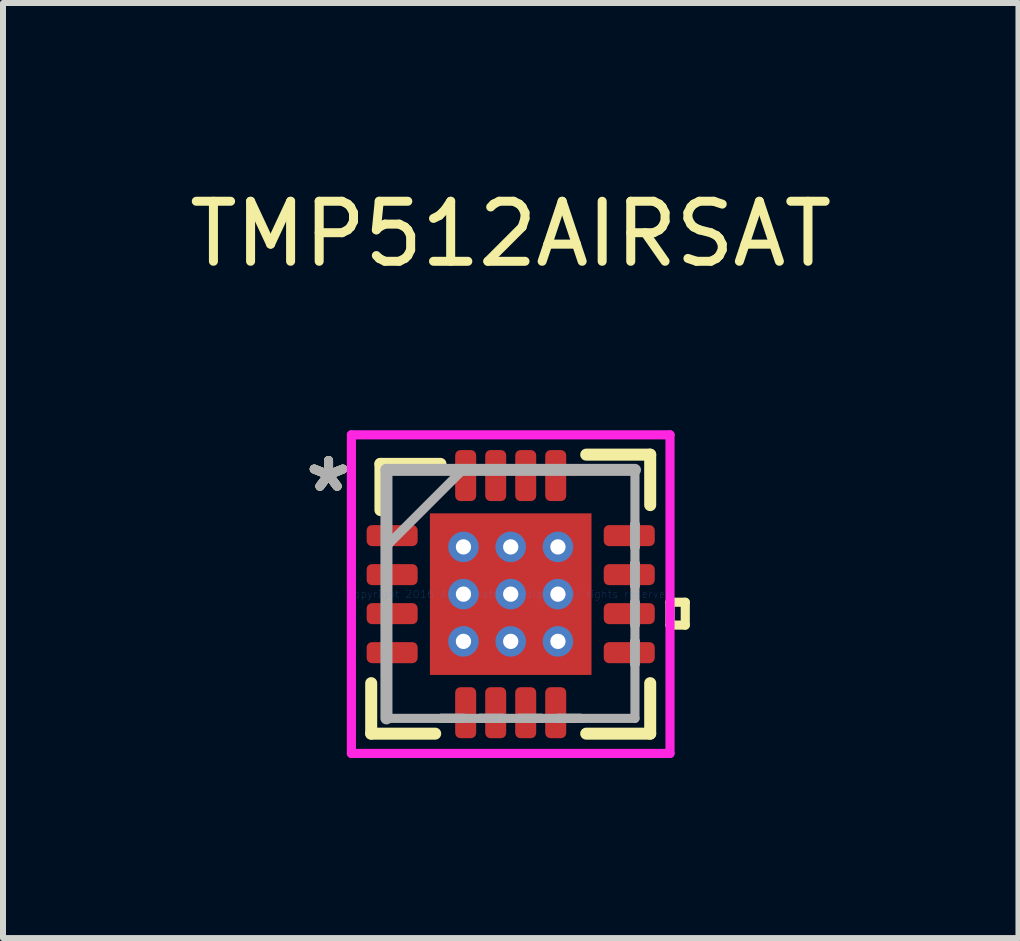
<source format=kicad_pcb>
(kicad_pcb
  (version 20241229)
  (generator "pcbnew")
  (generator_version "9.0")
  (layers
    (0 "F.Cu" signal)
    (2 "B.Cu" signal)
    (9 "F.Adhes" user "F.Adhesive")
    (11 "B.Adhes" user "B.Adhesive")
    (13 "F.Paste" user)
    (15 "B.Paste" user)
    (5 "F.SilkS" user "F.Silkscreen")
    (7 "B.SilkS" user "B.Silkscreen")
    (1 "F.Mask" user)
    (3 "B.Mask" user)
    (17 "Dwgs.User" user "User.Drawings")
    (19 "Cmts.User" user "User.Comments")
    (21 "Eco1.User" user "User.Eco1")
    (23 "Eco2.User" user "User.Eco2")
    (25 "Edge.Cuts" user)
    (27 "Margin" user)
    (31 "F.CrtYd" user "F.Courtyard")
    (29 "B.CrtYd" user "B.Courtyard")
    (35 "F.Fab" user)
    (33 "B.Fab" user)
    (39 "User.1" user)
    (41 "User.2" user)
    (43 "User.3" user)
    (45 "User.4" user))
  (footprint "TMP512AIRSAT"
    (layer "F.Cu")
    (at 5.458 6.848)
    (property "Reference" "TMP512AIRSAT" (at 0 -6 0) (layer "F.SilkS") (effects (font (size 1 1) (thickness 0.15))))
    (attr through_hole)
    (fp_line (start -2.47 -1.22) (end -2.47 -0.73) (stroke (width 0.152) (type solid)) (layer "F.Mask"))
    (fp_line (start -2.47 -0.73) (end -1.48 -0.73) (stroke (width 0.152) (type solid)) (layer "F.Mask"))
    (fp_line (start -2.47 -0.57) (end -2.47 -0.08) (stroke (width 0.152) (type solid)) (layer "F.Mask"))
    (fp_line (start -2.47 -0.08) (end -1.48 -0.08) (stroke (width 0.152) (type solid)) (layer "F.Mask"))
    (fp_line (start -2.47 0.08) (end -2.47 0.57) (stroke (width 0.152) (type solid)) (layer "F.Mask"))
    (fp_line (start -2.47 0.57) (end -1.48 0.57) (stroke (width 0.152) (type solid)) (layer "F.Mask"))
    (fp_line (start -2.47 0.73) (end -2.47 1.22) (stroke (width 0.152) (type solid)) (layer "F.Mask"))
    (fp_line (start -2.47 1.22) (end -1.48 1.22) (stroke (width 0.152) (type solid)) (layer "F.Mask"))
    (fp_line (start -1.48 -1.22) (end -2.47 -1.22) (stroke (width 0.152) (type solid)) (layer "F.Mask"))
    (fp_line (start -1.48 -0.73) (end -1.48 -1.22) (stroke (width 0.152) (type solid)) (layer "F.Mask"))
    (fp_line (start -1.48 -0.57) (end -2.47 -0.57) (stroke (width 0.152) (type solid)) (layer "F.Mask"))
    (fp_line (start -1.48 -0.08) (end -1.48 -0.57) (stroke (width 0.152) (type solid)) (layer "F.Mask"))
    (fp_line (start -1.48 0.08) (end -2.47 0.08) (stroke (width 0.152) (type solid)) (layer "F.Mask"))
    (fp_line (start -1.48 0.57) (end -1.48 0.08) (stroke (width 0.152) (type solid)) (layer "F.Mask"))
    (fp_line (start -1.48 0.73) (end -2.47 0.73) (stroke (width 0.152) (type solid)) (layer "F.Mask"))
    (fp_line (start -1.48 1.22) (end -1.48 0.73) (stroke (width 0.152) (type solid)) (layer "F.Mask"))
    (fp_line (start -1.41 -1.41) (end -0.987 -1.41) (stroke (width 0.152) (type solid)) (layer "F.Mask"))
    (fp_line (start -1.41 -1.41) (end 1.41 -1.41) (stroke (width 0.152) (type solid)) (layer "F.Mask"))
    (fp_line (start -1.41 -0.987) (end -1.41 -1.41) (stroke (width 0.152) (type solid)) (layer "F.Mask"))
    (fp_line (start -1.41 -0.587) (end 1.41 -0.587) (stroke (width 0.152) (type solid)) (layer "F.Mask"))
    (fp_line (start -1.41 -0.2) (end -1.41 -0.587) (stroke (width 0.152) (type solid)) (layer "F.Mask"))
    (fp_line (start -1.41 0.2) (end 1.41 0.2) (stroke (width 0.152) (type solid)) (layer "F.Mask"))
    (fp_line (start -1.41 0.587) (end -1.41 0.2) (stroke (width 0.152) (type solid)) (layer "F.Mask"))
    (fp_line (start -1.41 0.987) (end 1.41 0.987) (stroke (width 0.152) (type solid)) (layer "F.Mask"))
    (fp_line (start -1.41 1.41) (end -1.41 -1.41) (stroke (width 0.152) (type solid)) (layer "F.Mask"))
    (fp_line (start -1.41 1.41) (end -1.41 0.987) (stroke (width 0.152) (type solid)) (layer "F.Mask"))
    (fp_line (start -0.995 -2.47) (end -0.995 -1.48) (stroke (width 0.152) (type solid)) (layer "F.Mask"))
    (fp_line (start -0.995 -1.48) (end -0.505 -1.48) (stroke (width 0.152) (type solid)) (layer "F.Mask"))
    (fp_line (start -0.995 1.48) (end -0.995 2.47) (stroke (width 0.152) (type solid)) (layer "F.Mask"))
    (fp_line (start -0.995 2.47) (end -0.505 2.47) (stroke (width 0.152) (type solid)) (layer "F.Mask"))
    (fp_line (start -0.987 -1.41) (end -0.987 1.41) (stroke (width 0.152) (type solid)) (layer "F.Mask"))
    (fp_line (start -0.987 1.41) (end -1.41 1.41) (stroke (width 0.152) (type solid)) (layer "F.Mask"))
    (fp_line (start -0.587 -1.41) (end -0.587 1.41) (stroke (width 0.152) (type solid)) (layer "F.Mask"))
    (fp_line (start -0.587 1.41) (end -0.2 1.41) (stroke (width 0.152) (type solid)) (layer "F.Mask"))
    (fp_line (start -0.505 -2.47) (end -0.995 -2.47) (stroke (width 0.152) (type solid)) (layer "F.Mask"))
    (fp_line (start -0.505 -1.48) (end -0.505 -2.47) (stroke (width 0.152) (type solid)) (layer "F.Mask"))
    (fp_line (start -0.505 1.48) (end -0.995 1.48) (stroke (width 0.152) (type solid)) (layer "F.Mask"))
    (fp_line (start -0.505 2.47) (end -0.505 1.48) (stroke (width 0.152) (type solid)) (layer "F.Mask"))
    (fp_line (start -0.495 -2.47) (end -0.495 -1.48) (stroke (width 0.152) (type solid)) (layer "F.Mask"))
    (fp_line (start -0.495 -1.48) (end -0.005 -1.48) (stroke (width 0.152) (type solid)) (layer "F.Mask"))
    (fp_line (start -0.495 1.48) (end -0.495 2.47) (stroke (width 0.152) (type solid)) (layer "F.Mask"))
    (fp_line (start -0.495 2.47) (end -0.005 2.47) (stroke (width 0.152) (type solid)) (layer "F.Mask"))
    (fp_line (start -0.2 -1.41) (end -0.587 -1.41) (stroke (width 0.152) (type solid)) (layer "F.Mask"))
    (fp_line (start -0.2 1.41) (end -0.2 -1.41) (stroke (width 0.152) (type solid)) (layer "F.Mask"))
    (fp_line (start -0.005 -2.47) (end -0.495 -2.47) (stroke (width 0.152) (type solid)) (layer "F.Mask"))
    (fp_line (start -0.005 -1.48) (end -0.005 -2.47) (stroke (width 0.152) (type solid)) (layer "F.Mask"))
    (fp_line (start -0.005 1.48) (end -0.495 1.48) (stroke (width 0.152) (type solid)) (layer "F.Mask"))
    (fp_line (start -0.005 2.47) (end -0.005 1.48) (stroke (width 0.152) (type solid)) (layer "F.Mask"))
    (fp_line (start 0.005 -2.47) (end 0.005 -1.48) (stroke (width 0.152) (type solid)) (layer "F.Mask"))
    (fp_line (start 0.005 -1.48) (end 0.495 -1.48) (stroke (width 0.152) (type solid)) (layer "F.Mask"))
    (fp_line (start 0.005 1.48) (end 0.005 2.47) (stroke (width 0.152) (type solid)) (layer "F.Mask"))
    (fp_line (start 0.005 2.47) (end 0.495 2.47) (stroke (width 0.152) (type solid)) (layer "F.Mask"))
    (fp_line (start 0.2 -1.41) (end 0.2 1.41) (stroke (width 0.152) (type solid)) (layer "F.Mask"))
    (fp_line (start 0.2 1.41) (end 0.587 1.41) (stroke (width 0.152) (type solid)) (layer "F.Mask"))
    (fp_line (start 0.495 -2.47) (end 0.005 -2.47) (stroke (width 0.152) (type solid)) (layer "F.Mask"))
    (fp_line (start 0.495 -1.48) (end 0.495 -2.47) (stroke (width 0.152) (type solid)) (layer "F.Mask"))
    (fp_line (start 0.495 1.48) (end 0.005 1.48) (stroke (width 0.152) (type solid)) (layer "F.Mask"))
    (fp_line (start 0.495 2.47) (end 0.495 1.48) (stroke (width 0.152) (type solid)) (layer "F.Mask"))
    (fp_line (start 0.505 -2.47) (end 0.505 -1.48) (stroke (width 0.152) (type solid)) (layer "F.Mask"))
    (fp_line (start 0.505 -1.48) (end 0.995 -1.48) (stroke (width 0.152) (type solid)) (layer "F.Mask"))
    (fp_line (start 0.505 1.48) (end 0.505 2.47) (stroke (width 0.152) (type solid)) (layer "F.Mask"))
    (fp_line (start 0.505 2.47) (end 0.995 2.47) (stroke (width 0.152) (type solid)) (layer "F.Mask"))
    (fp_line (start 0.587 -1.41) (end 0.2 -1.41) (stroke (width 0.152) (type solid)) (layer "F.Mask"))
    (fp_line (start 0.587 1.41) (end 0.587 -1.41) (stroke (width 0.152) (type solid)) (layer "F.Mask"))
    (fp_line (start 0.987 -1.41) (end 1.41 -1.41) (stroke (width 0.152) (type solid)) (layer "F.Mask"))
    (fp_line (start 0.987 1.41) (end 0.987 -1.41) (stroke (width 0.152) (type solid)) (layer "F.Mask"))
    (fp_line (start 0.995 -2.47) (end 0.505 -2.47) (stroke (width 0.152) (type solid)) (layer "F.Mask"))
    (fp_line (start 0.995 -1.48) (end 0.995 -2.47) (stroke (width 0.152) (type solid)) (layer "F.Mask"))
    (fp_line (start 0.995 1.48) (end 0.505 1.48) (stroke (width 0.152) (type solid)) (layer "F.Mask"))
    (fp_line (start 0.995 2.47) (end 0.995 1.48) (stroke (width 0.152) (type solid)) (layer "F.Mask"))
    (fp_line (start 1.41 -1.41) (end 1.41 -0.987) (stroke (width 0.152) (type solid)) (layer "F.Mask"))
    (fp_line (start 1.41 -1.41) (end 1.41 1.41) (stroke (width 0.152) (type solid)) (layer "F.Mask"))
    (fp_line (start 1.41 -0.987) (end -1.41 -0.987) (stroke (width 0.152) (type solid)) (layer "F.Mask"))
    (fp_line (start 1.41 -0.587) (end 1.41 -0.2) (stroke (width 0.152) (type solid)) (layer "F.Mask"))
    (fp_line (start 1.41 -0.2) (end -1.41 -0.2) (stroke (width 0.152) (type solid)) (layer "F.Mask"))
    (fp_line (start 1.41 0.2) (end 1.41 0.587) (stroke (width 0.152) (type solid)) (layer "F.Mask"))
    (fp_line (start 1.41 0.587) (end -1.41 0.587) (stroke (width 0.152) (type solid)) (layer "F.Mask"))
    (fp_line (start 1.41 0.987) (end 1.41 1.41) (stroke (width 0.152) (type solid)) (layer "F.Mask"))
    (fp_line (start 1.41 1.41) (end -1.41 1.41) (stroke (width 0.152) (type solid)) (layer "F.Mask"))
    (fp_line (start 1.41 1.41) (end 0.987 1.41) (stroke (width 0.152) (type solid)) (layer "F.Mask"))
    (fp_line (start 1.48 -1.22) (end 1.48 -0.73) (stroke (width 0.152) (type solid)) (layer "F.Mask"))
    (fp_line (start 1.48 -0.73) (end 2.47 -0.73) (stroke (width 0.152) (type solid)) (layer "F.Mask"))
    (fp_line (start 1.48 -0.57) (end 1.48 -0.08) (stroke (width 0.152) (type solid)) (layer "F.Mask"))
    (fp_line (start 1.48 -0.08) (end 2.47 -0.08) (stroke (width 0.152) (type solid)) (layer "F.Mask"))
    (fp_line (start 1.48 0.08) (end 1.48 0.57) (stroke (width 0.152) (type solid)) (layer "F.Mask"))
    (fp_line (start 1.48 0.57) (end 2.47 0.57) (stroke (width 0.152) (type solid)) (layer "F.Mask"))
    (fp_line (start 1.48 0.73) (end 1.48 1.22) (stroke (width 0.152) (type solid)) (layer "F.Mask"))
    (fp_line (start 1.48 1.22) (end 2.47 1.22) (stroke (width 0.152) (type solid)) (layer "F.Mask"))
    (fp_line (start 2.47 -1.22) (end 1.48 -1.22) (stroke (width 0.152) (type solid)) (layer "F.Mask"))
    (fp_line (start 2.47 -0.73) (end 2.47 -1.22) (stroke (width 0.152) (type solid)) (layer "F.Mask"))
    (fp_line (start 2.47 -0.57) (end 1.48 -0.57) (stroke (width 0.152) (type solid)) (layer "F.Mask"))
    (fp_line (start 2.47 -0.08) (end 2.47 -0.57) (stroke (width 0.152) (type solid)) (layer "F.Mask"))
    (fp_line (start 2.47 0.08) (end 1.48 0.08) (stroke (width 0.152) (type solid)) (layer "F.Mask"))
    (fp_line (start 2.47 0.57) (end 2.47 0.08) (stroke (width 0.152) (type solid)) (layer "F.Mask"))
    (fp_line (start 2.47 0.73) (end 1.48 0.73) (stroke (width 0.152) (type solid)) (layer "F.Mask"))
    (fp_line (start 2.47 1.22) (end 2.47 0.73) (stroke (width 0.152) (type solid)) (layer "F.Mask"))
    (fp_line (start -2.324 1.483) (end -2.324 2.324) (stroke (width 0.2) (type solid)) (layer "F.SilkS"))
    (fp_line (start -2.324 2.324) (end -1.258 2.324) (stroke (width 0.2) (type solid)) (layer "F.SilkS"))
    (fp_line (start -2.17 -2.17) (end -2.17 -1.4) (stroke (width 0.2) (type solid)) (layer "F.SilkS"))
    (fp_line (start -1.17 -2.17) (end -2.17 -2.17) (stroke (width 0.2) (type solid)) (layer "F.SilkS"))
    (fp_line (start 1.258 2.324) (end 2.324 2.324) (stroke (width 0.2) (type solid)) (layer "F.SilkS"))
    (fp_line (start 2.324 -2.324) (end 1.258 -2.324) (stroke (width 0.2) (type solid)) (layer "F.SilkS"))
    (fp_line (start 2.324 -1.483) (end 2.324 -2.324) (stroke (width 0.2) (type solid)) (layer "F.SilkS"))
    (fp_line (start 2.324 2.324) (end 2.324 1.483) (stroke (width 0.2) (type solid)) (layer "F.SilkS"))
    (fp_line (start 2.654 0.135) (end 2.908 0.135) (stroke (width 0.152) (type solid)) (layer "F.SilkS"))
    (fp_line (start 2.654 0.516) (end 2.654 0.135) (stroke (width 0.152) (type solid)) (layer "F.SilkS"))
    (fp_line (start 2.908 0.135) (end 2.908 0.516) (stroke (width 0.152) (type solid)) (layer "F.SilkS"))
    (fp_line (start 2.908 0.516) (end 2.654 0.516) (stroke (width 0.152) (type solid)) (layer "F.SilkS"))
    (fp_line (start -2.375 -1.125) (end -2.375 -0.825) (stroke (width 0.152) (type solid)) (layer "F.Paste"))
    (fp_line (start -2.375 -0.825) (end -1.575 -0.825) (stroke (width 0.152) (type solid)) (layer "F.Paste"))
    (fp_line (start -2.375 -0.475) (end -2.375 -0.175) (stroke (width 0.152) (type solid)) (layer "F.Paste"))
    (fp_line (start -2.375 -0.175) (end -1.575 -0.175) (stroke (width 0.152) (type solid)) (layer "F.Paste"))
    (fp_line (start -2.375 0.175) (end -2.375 0.475) (stroke (width 0.152) (type solid)) (layer "F.Paste"))
    (fp_line (start -2.375 0.475) (end -1.575 0.475) (stroke (width 0.152) (type solid)) (layer "F.Paste"))
    (fp_line (start -2.375 0.825) (end -2.375 1.125) (stroke (width 0.152) (type solid)) (layer "F.Paste"))
    (fp_line (start -2.375 1.125) (end -1.575 1.125) (stroke (width 0.152) (type solid)) (layer "F.Paste"))
    (fp_line (start -1.575 -1.125) (end -2.375 -1.125) (stroke (width 0.152) (type solid)) (layer "F.Paste"))
    (fp_line (start -1.575 -0.825) (end -1.575 -1.125) (stroke (width 0.152) (type solid)) (layer "F.Paste"))
    (fp_line (start -1.575 -0.475) (end -2.375 -0.475) (stroke (width 0.152) (type solid)) (layer "F.Paste"))
    (fp_line (start -1.575 -0.175) (end -1.575 -0.475) (stroke (width 0.152) (type solid)) (layer "F.Paste"))
    (fp_line (start -1.575 0.175) (end -2.375 0.175) (stroke (width 0.152) (type solid)) (layer "F.Paste"))
    (fp_line (start -1.575 0.475) (end -1.575 0.175) (stroke (width 0.152) (type solid)) (layer "F.Paste"))
    (fp_line (start -1.575 0.825) (end -2.375 0.825) (stroke (width 0.152) (type solid)) (layer "F.Paste"))
    (fp_line (start -1.575 1.125) (end -1.575 0.825) (stroke (width 0.152) (type solid)) (layer "F.Paste"))
    (fp_line (start -1.271 -1.271) (end -1.271 -0.887) (stroke (width 0.152) (type solid)) (layer "F.Paste"))
    (fp_line (start -1.271 -0.887) (end -1.029 -0.887) (stroke (width 0.152) (type solid)) (layer "F.Paste"))
    (fp_line (start -1.271 -0.687) (end -1.271 -0.1) (stroke (width 0.152) (type solid)) (layer "F.Paste"))
    (fp_line (start -1.271 -0.1) (end -1.029 -0.1) (stroke (width 0.152) (type solid)) (layer "F.Paste"))
    (fp_line (start -1.271 0.1) (end -1.271 0.687) (stroke (width 0.152) (type solid)) (layer "F.Paste"))
    (fp_line (start -1.271 0.687) (end -1.029 0.687) (stroke (width 0.152) (type solid)) (layer "F.Paste"))
    (fp_line (start -1.271 0.887) (end -1.271 1.271) (stroke (width 0.152) (type solid)) (layer "F.Paste"))
    (fp_line (start -1.271 1.271) (end -0.887 1.271) (stroke (width 0.152) (type solid)) (layer "F.Paste"))
    (fp_line (start -1.029 -0.887) (end -1.029 -0.887) (stroke (width 0.152) (type solid)) (layer "F.Paste"))
    (fp_line (start -1.029 -0.887) (end -0.887 -1.029) (stroke (width 0.152) (type solid)) (layer "F.Paste"))
    (fp_line (start -1.029 -0.687) (end -1.271 -0.687) (stroke (width 0.152) (type solid)) (layer "F.Paste"))
    (fp_line (start -1.029 -0.687) (end -1.029 -0.687) (stroke (width 0.152) (type solid)) (layer "F.Paste"))
    (fp_line (start -1.029 -0.1) (end -1.029 -0.1) (stroke (width 0.152) (type solid)) (layer "F.Paste"))
    (fp_line (start -1.029 -0.1) (end -0.887 -0.241) (stroke (width 0.152) (type solid)) (layer "F.Paste"))
    (fp_line (start -1.029 0.1) (end -1.271 0.1) (stroke (width 0.152) (type solid)) (layer "F.Paste"))
    (fp_line (start -1.029 0.1) (end -1.029 0.1) (stroke (width 0.152) (type solid)) (layer "F.Paste"))
    (fp_line (start -1.029 0.687) (end -1.029 0.687) (stroke (width 0.152) (type solid)) (layer "F.Paste"))
    (fp_line (start -1.029 0.687) (end -0.887 0.546) (stroke (width 0.152) (type solid)) (layer "F.Paste"))
    (fp_line (start -1.029 0.887) (end -1.271 0.887) (stroke (width 0.152) (type solid)) (layer "F.Paste"))
    (fp_line (start -1.029 0.887) (end -1.029 0.887) (stroke (width 0.152) (type solid)) (layer "F.Paste"))
    (fp_line (start -0.9 -2.375) (end -0.9 -1.575) (stroke (width 0.152) (type solid)) (layer "F.Paste"))
    (fp_line (start -0.9 -1.575) (end -0.6 -1.575) (stroke (width 0.152) (type solid)) (layer "F.Paste"))
    (fp_line (start -0.9 1.575) (end -0.9 2.375) (stroke (width 0.152) (type solid)) (layer "F.Paste"))
    (fp_line (start -0.9 2.375) (end -0.6 2.375) (stroke (width 0.152) (type solid)) (layer "F.Paste"))
    (fp_line (start -0.887 -1.271) (end -1.271 -1.271) (stroke (width 0.152) (type solid)) (layer "F.Paste"))
    (fp_line (start -0.887 -1.029) (end -0.887 -1.271) (stroke (width 0.152) (type solid)) (layer "F.Paste"))
    (fp_line (start -0.887 -1.029) (end -0.887 -1.029) (stroke (width 0.152) (type solid)) (layer "F.Paste"))
    (fp_line (start -0.887 -0.546) (end -1.029 -0.687) (stroke (width 0.152) (type solid)) (layer "F.Paste"))
    (fp_line (start -0.887 -0.546) (end -0.887 -0.546) (stroke (width 0.152) (type solid)) (layer "F.Paste"))
    (fp_line (start -0.887 -0.241) (end -0.887 -0.546) (stroke (width 0.152) (type solid)) (layer "F.Paste"))
    (fp_line (start -0.887 -0.241) (end -0.887 -0.241) (stroke (width 0.152) (type solid)) (layer "F.Paste"))
    (fp_line (start -0.887 0.241) (end -1.029 0.1) (stroke (width 0.152) (type solid)) (layer "F.Paste"))
    (fp_line (start -0.887 0.241) (end -0.887 0.241) (stroke (width 0.152) (type solid)) (layer "F.Paste"))
    (fp_line (start -0.887 0.546) (end -0.887 0.241) (stroke (width 0.152) (type solid)) (layer "F.Paste"))
    (fp_line (start -0.887 0.546) (end -0.887 0.546) (stroke (width 0.152) (type solid)) (layer "F.Paste"))
    (fp_line (start -0.887 1.029) (end -1.029 0.887) (stroke (width 0.152) (type solid)) (layer "F.Paste"))
    (fp_line (start -0.887 1.029) (end -0.887 1.029) (stroke (width 0.152) (type solid)) (layer "F.Paste"))
    (fp_line (start -0.887 1.271) (end -0.887 1.029) (stroke (width 0.152) (type solid)) (layer "F.Paste"))
    (fp_line (start -0.687 -1.271) (end -0.687 -1.029) (stroke (width 0.152) (type solid)) (layer "F.Paste"))
    (fp_line (start -0.687 -1.029) (end -0.687 -1.029) (stroke (width 0.152) (type solid)) (layer "F.Paste"))
    (fp_line (start -0.687 -1.029) (end -0.546 -0.887) (stroke (width 0.152) (type solid)) (layer "F.Paste"))
    (fp_line (start -0.687 -0.546) (end -0.687 -0.546) (stroke (width 0.152) (type solid)) (layer "F.Paste"))
    (fp_line (start -0.687 -0.546) (end -0.687 -0.241) (stroke (width 0.152) (type solid)) (layer "F.Paste"))
    (fp_line (start -0.687 -0.241) (end -0.687 -0.241) (stroke (width 0.152) (type solid)) (layer "F.Paste"))
    (fp_line (start -0.687 -0.241) (end -0.546 -0.1) (stroke (width 0.152) (type solid)) (layer "F.Paste"))
    (fp_line (start -0.687 0.241) (end -0.687 0.241) (stroke (width 0.152) (type solid)) (layer "F.Paste"))
    (fp_line (start -0.687 0.241) (end -0.687 0.546) (stroke (width 0.152) (type solid)) (layer "F.Paste"))
    (fp_line (start -0.687 0.546) (end -0.687 0.546) (stroke (width 0.152) (type solid)) (layer "F.Paste"))
    (fp_line (start -0.687 0.546) (end -0.546 0.687) (stroke (width 0.152) (type solid)) (layer "F.Paste"))
    (fp_line (start -0.687 1.029) (end -0.687 1.029) (stroke (width 0.152) (type solid)) (layer "F.Paste"))
    (fp_line (start -0.687 1.029) (end -0.687 1.271) (stroke (width 0.152) (type solid)) (layer "F.Paste"))
    (fp_line (start -0.687 1.271) (end -0.1 1.271) (stroke (width 0.152) (type solid)) (layer "F.Paste"))
    (fp_line (start -0.6 -2.375) (end -0.9 -2.375) (stroke (width 0.152) (type solid)) (layer "F.Paste"))
    (fp_line (start -0.6 -1.575) (end -0.6 -2.375) (stroke (width 0.152) (type solid)) (layer "F.Paste"))
    (fp_line (start -0.6 1.575) (end -0.9 1.575) (stroke (width 0.152) (type solid)) (layer "F.Paste"))
    (fp_line (start -0.6 2.375) (end -0.6 1.575) (stroke (width 0.152) (type solid)) (layer "F.Paste"))
    (fp_line (start -0.546 -0.887) (end -0.546 -0.887) (stroke (width 0.152) (type solid)) (layer "F.Paste"))
    (fp_line (start -0.546 -0.887) (end -0.241 -0.887) (stroke (width 0.152) (type solid)) (layer "F.Paste"))
    (fp_line (start -0.546 -0.687) (end -0.687 -0.546) (stroke (width 0.152) (type solid)) (layer "F.Paste"))
    (fp_line (start -0.546 -0.687) (end -0.546 -0.687) (stroke (width 0.152) (type solid)) (layer "F.Paste"))
    (fp_line (start -0.546 -0.1) (end -0.546 -0.1) (stroke (width 0.152) (type solid)) (layer "F.Paste"))
    (fp_line (start -0.546 -0.1) (end -0.241 -0.1) (stroke (width 0.152) (type solid)) (layer "F.Paste"))
    (fp_line (start -0.546 0.1) (end -0.687 0.241) (stroke (width 0.152) (type solid)) (layer "F.Paste"))
    (fp_line (start -0.546 0.1) (end -0.546 0.1) (stroke (width 0.152) (type solid)) (layer "F.Paste"))
    (fp_line (start -0.546 0.687) (end -0.546 0.687) (stroke (width 0.152) (type solid)) (layer "F.Paste"))
    (fp_line (start -0.546 0.687) (end -0.241 0.687) (stroke (width 0.152) (type solid)) (layer "F.Paste"))
    (fp_line (start -0.546 0.887) (end -0.687 1.029) (stroke (width 0.152) (type solid)) (layer "F.Paste"))
    (fp_line (start -0.546 0.887) (end -0.546 0.887) (stroke (width 0.152) (type solid)) (layer "F.Paste"))
    (fp_line (start -0.4 -2.375) (end -0.4 -1.575) (stroke (width 0.152) (type solid)) (layer "F.Paste"))
    (fp_line (start -0.4 -1.575) (end -0.1 -1.575) (stroke (width 0.152) (type solid)) (layer "F.Paste"))
    (fp_line (start -0.4 1.575) (end -0.4 2.375) (stroke (width 0.152) (type solid)) (layer "F.Paste"))
    (fp_line (start -0.4 2.375) (end -0.1 2.375) (stroke (width 0.152) (type solid)) (layer "F.Paste"))
    (fp_line (start -0.241 -0.887) (end -0.241 -0.887) (stroke (width 0.152) (type solid)) (layer "F.Paste"))
    (fp_line (start -0.241 -0.887) (end -0.1 -1.029) (stroke (width 0.152) (type solid)) (layer "F.Paste"))
    (fp_line (start -0.241 -0.687) (end -0.546 -0.687) (stroke (width 0.152) (type solid)) (layer "F.Paste"))
    (fp_line (start -0.241 -0.687) (end -0.241 -0.687) (stroke (width 0.152) (type solid)) (layer "F.Paste"))
    (fp_line (start -0.241 -0.1) (end -0.241 -0.1) (stroke (width 0.152) (type solid)) (layer "F.Paste"))
    (fp_line (start -0.241 -0.1) (end -0.1 -0.241) (stroke (width 0.152) (type solid)) (layer "F.Paste"))
    (fp_line (start -0.241 0.1) (end -0.546 0.1) (stroke (width 0.152) (type solid)) (layer "F.Paste"))
    (fp_line (start -0.241 0.1) (end -0.241 0.1) (stroke (width 0.152) (type solid)) (layer "F.Paste"))
    (fp_line (start -0.241 0.687) (end -0.241 0.687) (stroke (width 0.152) (type solid)) (layer "F.Paste"))
    (fp_line (start -0.241 0.687) (end -0.1 0.546) (stroke (width 0.152) (type solid)) (layer "F.Paste"))
    (fp_line (start -0.241 0.887) (end -0.546 0.887) (stroke (width 0.152) (type solid)) (layer "F.Paste"))
    (fp_line (start -0.241 0.887) (end -0.241 0.887) (stroke (width 0.152) (type solid)) (layer "F.Paste"))
    (fp_line (start -0.1 -2.375) (end -0.4 -2.375) (stroke (width 0.152) (type solid)) (layer "F.Paste"))
    (fp_line (start -0.1 -1.575) (end -0.1 -2.375) (stroke (width 0.152) (type solid)) (layer "F.Paste"))
    (fp_line (start -0.1 1.575) (end -0.4 1.575) (stroke (width 0.152) (type solid)) (layer "F.Paste"))
    (fp_line (start -0.1 2.375) (end -0.1 1.575) (stroke (width 0.152) (type solid)) (layer "F.Paste"))
    (fp_line (start -0.1 -1.271) (end -0.687 -1.271) (stroke (width 0.152) (type solid)) (layer "F.Paste"))
    (fp_line (start -0.1 -1.029) (end -0.1 -1.271) (stroke (width 0.152) (type solid)) (layer "F.Paste"))
    (fp_line (start -0.1 -1.029) (end -0.1 -1.029) (stroke (width 0.152) (type solid)) (layer "F.Paste"))
    (fp_line (start -0.1 -0.546) (end -0.241 -0.687) (stroke (width 0.152) (type solid)) (layer "F.Paste"))
    (fp_line (start -0.1 -0.546) (end -0.1 -0.546) (stroke (width 0.152) (type solid)) (layer "F.Paste"))
    (fp_line (start -0.1 -0.241) (end -0.1 -0.546) (stroke (width 0.152) (type solid)) (layer "F.Paste"))
    (fp_line (start -0.1 -0.241) (end -0.1 -0.241) (stroke (width 0.152) (type solid)) (layer "F.Paste"))
    (fp_line (start -0.1 0.241) (end -0.241 0.1) (stroke (width 0.152) (type solid)) (layer "F.Paste"))
    (fp_line (start -0.1 0.241) (end -0.1 0.241) (stroke (width 0.152) (type solid)) (layer "F.Paste"))
    (fp_line (start -0.1 0.546) (end -0.1 0.241) (stroke (width 0.152) (type solid)) (layer "F.Paste"))
    (fp_line (start -0.1 0.546) (end -0.1 0.546) (stroke (width 0.152) (type solid)) (layer "F.Paste"))
    (fp_line (start -0.1 1.029) (end -0.241 0.887) (stroke (width 0.152) (type solid)) (layer "F.Paste"))
    (fp_line (start -0.1 1.029) (end -0.1 1.029) (stroke (width 0.152) (type solid)) (layer "F.Paste"))
    (fp_line (start -0.1 1.271) (end -0.1 1.029) (stroke (width 0.152) (type solid)) (layer "F.Paste"))
    (fp_line (start 0.1 -1.271) (end 0.1 -1.029) (stroke (width 0.152) (type solid)) (layer "F.Paste"))
    (fp_line (start 0.1 -1.029) (end 0.1 -1.029) (stroke (width 0.152) (type solid)) (layer "F.Paste"))
    (fp_line (start 0.1 -1.029) (end 0.241 -0.887) (stroke (width 0.152) (type solid)) (layer "F.Paste"))
    (fp_line (start 0.1 -0.546) (end 0.1 -0.546) (stroke (width 0.152) (type solid)) (layer "F.Paste"))
    (fp_line (start 0.1 -0.546) (end 0.1 -0.241) (stroke (width 0.152) (type solid)) (layer "F.Paste"))
    (fp_line (start 0.1 -0.241) (end 0.1 -0.241) (stroke (width 0.152) (type solid)) (layer "F.Paste"))
    (fp_line (start 0.1 -0.241) (end 0.241 -0.1) (stroke (width 0.152) (type solid)) (layer "F.Paste"))
    (fp_line (start 0.1 0.241) (end 0.1 0.241) (stroke (width 0.152) (type solid)) (layer "F.Paste"))
    (fp_line (start 0.1 0.241) (end 0.1 0.546) (stroke (width 0.152) (type solid)) (layer "F.Paste"))
    (fp_line (start 0.1 0.546) (end 0.1 0.546) (stroke (width 0.152) (type solid)) (layer "F.Paste"))
    (fp_line (start 0.1 0.546) (end 0.241 0.687) (stroke (width 0.152) (type solid)) (layer "F.Paste"))
    (fp_line (start 0.1 1.029) (end 0.1 1.029) (stroke (width 0.152) (type solid)) (layer "F.Paste"))
    (fp_line (start 0.1 1.029) (end 0.1 1.271) (stroke (width 0.152) (type solid)) (layer "F.Paste"))
    (fp_line (start 0.1 1.271) (end 0.687 1.271) (stroke (width 0.152) (type solid)) (layer "F.Paste"))
    (fp_line (start 0.1 -2.375) (end 0.1 -1.575) (stroke (width 0.152) (type solid)) (layer "F.Paste"))
    (fp_line (start 0.1 -1.575) (end 0.4 -1.575) (stroke (width 0.152) (type solid)) (layer "F.Paste"))
    (fp_line (start 0.1 1.575) (end 0.1 2.375) (stroke (width 0.152) (type solid)) (layer "F.Paste"))
    (fp_line (start 0.1 2.375) (end 0.4 2.375) (stroke (width 0.152) (type solid)) (layer "F.Paste"))
    (fp_line (start 0.241 -0.887) (end 0.241 -0.887) (stroke (width 0.152) (type solid)) (layer "F.Paste"))
    (fp_line (start 0.241 -0.887) (end 0.546 -0.887) (stroke (width 0.152) (type solid)) (layer "F.Paste"))
    (fp_line (start 0.241 -0.687) (end 0.1 -0.546) (stroke (width 0.152) (type solid)) (layer "F.Paste"))
    (fp_line (start 0.241 -0.687) (end 0.241 -0.687) (stroke (width 0.152) (type solid)) (layer "F.Paste"))
    (fp_line (start 0.241 -0.1) (end 0.241 -0.1) (stroke (width 0.152) (type solid)) (layer "F.Paste"))
    (fp_line (start 0.241 -0.1) (end 0.546 -0.1) (stroke (width 0.152) (type solid)) (layer "F.Paste"))
    (fp_line (start 0.241 0.1) (end 0.1 0.241) (stroke (width 0.152) (type solid)) (layer "F.Paste"))
    (fp_line (start 0.241 0.1) (end 0.241 0.1) (stroke (width 0.152) (type solid)) (layer "F.Paste"))
    (fp_line (start 0.241 0.687) (end 0.241 0.687) (stroke (width 0.152) (type solid)) (layer "F.Paste"))
    (fp_line (start 0.241 0.687) (end 0.546 0.687) (stroke (width 0.152) (type solid)) (layer "F.Paste"))
    (fp_line (start 0.241 0.887) (end 0.1 1.029) (stroke (width 0.152) (type solid)) (layer "F.Paste"))
    (fp_line (start 0.241 0.887) (end 0.241 0.887) (stroke (width 0.152) (type solid)) (layer "F.Paste"))
    (fp_line (start 0.4 -2.375) (end 0.1 -2.375) (stroke (width 0.152) (type solid)) (layer "F.Paste"))
    (fp_line (start 0.4 -1.575) (end 0.4 -2.375) (stroke (width 0.152) (type solid)) (layer "F.Paste"))
    (fp_line (start 0.4 1.575) (end 0.1 1.575) (stroke (width 0.152) (type solid)) (layer "F.Paste"))
    (fp_line (start 0.4 2.375) (end 0.4 1.575) (stroke (width 0.152) (type solid)) (layer "F.Paste"))
    (fp_line (start 0.546 -0.887) (end 0.546 -0.887) (stroke (width 0.152) (type solid)) (layer "F.Paste"))
    (fp_line (start 0.546 -0.887) (end 0.687 -1.029) (stroke (width 0.152) (type solid)) (layer "F.Paste"))
    (fp_line (start 0.546 -0.687) (end 0.241 -0.687) (stroke (width 0.152) (type solid)) (layer "F.Paste"))
    (fp_line (start 0.546 -0.687) (end 0.546 -0.687) (stroke (width 0.152) (type solid)) (layer "F.Paste"))
    (fp_line (start 0.546 -0.1) (end 0.546 -0.1) (stroke (width 0.152) (type solid)) (layer "F.Paste"))
    (fp_line (start 0.546 -0.1) (end 0.687 -0.241) (stroke (width 0.152) (type solid)) (layer "F.Paste"))
    (fp_line (start 0.546 0.1) (end 0.241 0.1) (stroke (width 0.152) (type solid)) (layer "F.Paste"))
    (fp_line (start 0.546 0.1) (end 0.546 0.1) (stroke (width 0.152) (type solid)) (layer "F.Paste"))
    (fp_line (start 0.546 0.687) (end 0.546 0.687) (stroke (width 0.152) (type solid)) (layer "F.Paste"))
    (fp_line (start 0.546 0.687) (end 0.687 0.546) (stroke (width 0.152) (type solid)) (layer "F.Paste"))
    (fp_line (start 0.546 0.887) (end 0.241 0.887) (stroke (width 0.152) (type solid)) (layer "F.Paste"))
    (fp_line (start 0.546 0.887) (end 0.546 0.887) (stroke (width 0.152) (type solid)) (layer "F.Paste"))
    (fp_line (start 0.6 -2.375) (end 0.6 -1.575) (stroke (width 0.152) (type solid)) (layer "F.Paste"))
    (fp_line (start 0.6 -1.575) (end 0.9 -1.575) (stroke (width 0.152) (type solid)) (layer "F.Paste"))
    (fp_line (start 0.6 1.575) (end 0.6 2.375) (stroke (width 0.152) (type solid)) (layer "F.Paste"))
    (fp_line (start 0.6 2.375) (end 0.9 2.375) (stroke (width 0.152) (type solid)) (layer "F.Paste"))
    (fp_line (start 0.687 -1.271) (end 0.1 -1.271) (stroke (width 0.152) (type solid)) (layer "F.Paste"))
    (fp_line (start 0.687 -1.029) (end 0.687 -1.271) (stroke (width 0.152) (type solid)) (layer "F.Paste"))
    (fp_line (start 0.687 -1.029) (end 0.687 -1.029) (stroke (width 0.152) (type solid)) (layer "F.Paste"))
    (fp_line (start 0.687 -0.546) (end 0.546 -0.687) (stroke (width 0.152) (type solid)) (layer "F.Paste"))
    (fp_line (start 0.687 -0.546) (end 0.687 -0.546) (stroke (width 0.152) (type solid)) (layer "F.Paste"))
    (fp_line (start 0.687 -0.241) (end 0.687 -0.546) (stroke (width 0.152) (type solid)) (layer "F.Paste"))
    (fp_line (start 0.687 -0.241) (end 0.687 -0.241) (stroke (width 0.152) (type solid)) (layer "F.Paste"))
    (fp_line (start 0.687 0.241) (end 0.546 0.1) (stroke (width 0.152) (type solid)) (layer "F.Paste"))
    (fp_line (start 0.687 0.241) (end 0.687 0.241) (stroke (width 0.152) (type solid)) (layer "F.Paste"))
    (fp_line (start 0.687 0.546) (end 0.687 0.241) (stroke (width 0.152) (type solid)) (layer "F.Paste"))
    (fp_line (start 0.687 0.546) (end 0.687 0.546) (stroke (width 0.152) (type solid)) (layer "F.Paste"))
    (fp_line (start 0.687 1.029) (end 0.546 0.887) (stroke (width 0.152) (type solid)) (layer "F.Paste"))
    (fp_line (start 0.687 1.029) (end 0.687 1.029) (stroke (width 0.152) (type solid)) (layer "F.Paste"))
    (fp_line (start 0.687 1.271) (end 0.687 1.029) (stroke (width 0.152) (type solid)) (layer "F.Paste"))
    (fp_line (start 0.887 -1.271) (end 0.887 -1.029) (stroke (width 0.152) (type solid)) (layer "F.Paste"))
    (fp_line (start 0.887 -1.029) (end 0.887 -1.029) (stroke (width 0.152) (type solid)) (layer "F.Paste"))
    (fp_line (start 0.887 -1.029) (end 1.029 -0.887) (stroke (width 0.152) (type solid)) (layer "F.Paste"))
    (fp_line (start 0.887 -0.546) (end 0.887 -0.546) (stroke (width 0.152) (type solid)) (layer "F.Paste"))
    (fp_line (start 0.887 -0.546) (end 0.887 -0.241) (stroke (width 0.152) (type solid)) (layer "F.Paste"))
    (fp_line (start 0.887 -0.241) (end 0.887 -0.241) (stroke (width 0.152) (type solid)) (layer "F.Paste"))
    (fp_line (start 0.887 -0.241) (end 1.029 -0.1) (stroke (width 0.152) (type solid)) (layer "F.Paste"))
    (fp_line (start 0.887 0.241) (end 0.887 0.241) (stroke (width 0.152) (type solid)) (layer "F.Paste"))
    (fp_line (start 0.887 0.241) (end 0.887 0.546) (stroke (width 0.152) (type solid)) (layer "F.Paste"))
    (fp_line (start 0.887 0.546) (end 0.887 0.546) (stroke (width 0.152) (type solid)) (layer "F.Paste"))
    (fp_line (start 0.887 0.546) (end 1.029 0.687) (stroke (width 0.152) (type solid)) (layer "F.Paste"))
    (fp_line (start 0.887 1.029) (end 0.887 1.029) (stroke (width 0.152) (type solid)) (layer "F.Paste"))
    (fp_line (start 0.887 1.029) (end 0.887 1.271) (stroke (width 0.152) (type solid)) (layer "F.Paste"))
    (fp_line (start 0.887 1.271) (end 1.271 1.271) (stroke (width 0.152) (type solid)) (layer "F.Paste"))
    (fp_line (start 0.9 -2.375) (end 0.6 -2.375) (stroke (width 0.152) (type solid)) (layer "F.Paste"))
    (fp_line (start 0.9 -1.575) (end 0.9 -2.375) (stroke (width 0.152) (type solid)) (layer "F.Paste"))
    (fp_line (start 0.9 1.575) (end 0.6 1.575) (stroke (width 0.152) (type solid)) (layer "F.Paste"))
    (fp_line (start 0.9 2.375) (end 0.9 1.575) (stroke (width 0.152) (type solid)) (layer "F.Paste"))
    (fp_line (start 1.029 -0.887) (end 1.029 -0.887) (stroke (width 0.152) (type solid)) (layer "F.Paste"))
    (fp_line (start 1.029 -0.887) (end 1.271 -0.887) (stroke (width 0.152) (type solid)) (layer "F.Paste"))
    (fp_line (start 1.029 -0.687) (end 0.887 -0.546) (stroke (width 0.152) (type solid)) (layer "F.Paste"))
    (fp_line (start 1.029 -0.687) (end 1.029 -0.687) (stroke (width 0.152) (type solid)) (layer "F.Paste"))
    (fp_line (start 1.029 -0.1) (end 1.029 -0.1) (stroke (width 0.152) (type solid)) (layer "F.Paste"))
    (fp_line (start 1.029 -0.1) (end 1.271 -0.1) (stroke (width 0.152) (type solid)) (layer "F.Paste"))
    (fp_line (start 1.029 0.1) (end 0.887 0.241) (stroke (width 0.152) (type solid)) (layer "F.Paste"))
    (fp_line (start 1.029 0.1) (end 1.029 0.1) (stroke (width 0.152) (type solid)) (layer "F.Paste"))
    (fp_line (start 1.029 0.687) (end 1.029 0.687) (stroke (width 0.152) (type solid)) (layer "F.Paste"))
    (fp_line (start 1.029 0.687) (end 1.271 0.687) (stroke (width 0.152) (type solid)) (layer "F.Paste"))
    (fp_line (start 1.029 0.887) (end 0.887 1.029) (stroke (width 0.152) (type solid)) (layer "F.Paste"))
    (fp_line (start 1.029 0.887) (end 1.029 0.887) (stroke (width 0.152) (type solid)) (layer "F.Paste"))
    (fp_line (start 1.271 -1.271) (end 0.887 -1.271) (stroke (width 0.152) (type solid)) (layer "F.Paste"))
    (fp_line (start 1.271 -0.887) (end 1.271 -1.271) (stroke (width 0.152) (type solid)) (layer "F.Paste"))
    (fp_line (start 1.271 -0.687) (end 1.029 -0.687) (stroke (width 0.152) (type solid)) (layer "F.Paste"))
    (fp_line (start 1.271 -0.1) (end 1.271 -0.687) (stroke (width 0.152) (type solid)) (layer "F.Paste"))
    (fp_line (start 1.271 0.1) (end 1.029 0.1) (stroke (width 0.152) (type solid)) (layer "F.Paste"))
    (fp_line (start 1.271 0.687) (end 1.271 0.1) (stroke (width 0.152) (type solid)) (layer "F.Paste"))
    (fp_line (start 1.271 0.887) (end 1.029 0.887) (stroke (width 0.152) (type solid)) (layer "F.Paste"))
    (fp_line (start 1.271 1.271) (end 1.271 0.887) (stroke (width 0.152) (type solid)) (layer "F.Paste"))
    (fp_line (start 1.575 -1.125) (end 1.575 -0.825) (stroke (width 0.152) (type solid)) (layer "F.Paste"))
    (fp_line (start 1.575 -0.825) (end 2.375 -0.825) (stroke (width 0.152) (type solid)) (layer "F.Paste"))
    (fp_line (start 1.575 -0.475) (end 1.575 -0.175) (stroke (width 0.152) (type solid)) (layer "F.Paste"))
    (fp_line (start 1.575 -0.175) (end 2.375 -0.175) (stroke (width 0.152) (type solid)) (layer "F.Paste"))
    (fp_line (start 1.575 0.175) (end 1.575 0.475) (stroke (width 0.152) (type solid)) (layer "F.Paste"))
    (fp_line (start 1.575 0.475) (end 2.375 0.475) (stroke (width 0.152) (type solid)) (layer "F.Paste"))
    (fp_line (start 1.575 0.825) (end 1.575 1.125) (stroke (width 0.152) (type solid)) (layer "F.Paste"))
    (fp_line (start 1.575 1.125) (end 2.375 1.125) (stroke (width 0.152) (type solid)) (layer "F.Paste"))
    (fp_line (start 2.375 -1.125) (end 1.575 -1.125) (stroke (width 0.152) (type solid)) (layer "F.Paste"))
    (fp_line (start 2.375 -0.825) (end 2.375 -1.125) (stroke (width 0.152) (type solid)) (layer "F.Paste"))
    (fp_line (start 2.375 -0.475) (end 1.575 -0.475) (stroke (width 0.152) (type solid)) (layer "F.Paste"))
    (fp_line (start 2.375 -0.175) (end 2.375 -0.475) (stroke (width 0.152) (type solid)) (layer "F.Paste"))
    (fp_line (start 2.375 0.175) (end 1.575 0.175) (stroke (width 0.152) (type solid)) (layer "F.Paste"))
    (fp_line (start 2.375 0.475) (end 2.375 0.175) (stroke (width 0.152) (type solid)) (layer "F.Paste"))
    (fp_line (start 2.375 0.825) (end 1.575 0.825) (stroke (width 0.152) (type solid)) (layer "F.Paste"))
    (fp_line (start 2.375 1.125) (end 2.375 0.825) (stroke (width 0.152) (type solid)) (layer "F.Paste"))
    (fp_line (start -2.654 -2.654) (end 2.654 -2.654) (stroke (width 0.152) (type solid)) (layer "F.CrtYd"))
    (fp_line (start -2.654 2.654) (end -2.654 -2.654) (stroke (width 0.152) (type solid)) (layer "F.CrtYd"))
    (fp_line (start 2.654 -2.654) (end 2.654 2.654) (stroke (width 0.152) (type solid)) (layer "F.CrtYd"))
    (fp_line (start 2.654 2.654) (end -2.654 2.654) (stroke (width 0.152) (type solid)) (layer "F.CrtYd"))
    (fp_line (start -2.07 -2.07) (end -2.07 2.07) (stroke (width 0.2) (type solid)) (layer "F.Fab"))
    (fp_line (start -2.07 -1.165) (end -2.07 -1.165) (stroke (width 0.152) (type solid)) (layer "F.Fab"))
    (fp_line (start -2.07 -1.165) (end -2.07 -0.784) (stroke (width 0.152) (type solid)) (layer "F.Fab"))
    (fp_line (start -2.07 -0.8) (end -0.8 -2.07) (stroke (width 0.152) (type solid)) (layer "F.Fab"))
    (fp_line (start -2.07 -0.784) (end -2.07 -1.165) (stroke (width 0.152) (type solid)) (layer "F.Fab"))
    (fp_line (start -2.07 -0.784) (end -2.07 -0.784) (stroke (width 0.152) (type solid)) (layer "F.Fab"))
    (fp_line (start -2.07 -0.515) (end -2.07 -0.515) (stroke (width 0.152) (type solid)) (layer "F.Fab"))
    (fp_line (start -2.07 -0.515) (end -2.07 -0.135) (stroke (width 0.152) (type solid)) (layer "F.Fab"))
    (fp_line (start -2.07 -0.135) (end -2.07 -0.515) (stroke (width 0.152) (type solid)) (layer "F.Fab"))
    (fp_line (start -2.07 -0.135) (end -2.07 -0.135) (stroke (width 0.152) (type solid)) (layer "F.Fab"))
    (fp_line (start -2.07 0.135) (end -2.07 0.135) (stroke (width 0.152) (type solid)) (layer "F.Fab"))
    (fp_line (start -2.07 0.135) (end -2.07 0.515) (stroke (width 0.152) (type solid)) (layer "F.Fab"))
    (fp_line (start -2.07 0.515) (end -2.07 0.135) (stroke (width 0.152) (type solid)) (layer "F.Fab"))
    (fp_line (start -2.07 0.515) (end -2.07 0.515) (stroke (width 0.152) (type solid)) (layer "F.Fab"))
    (fp_line (start -2.07 0.784) (end -2.07 0.784) (stroke (width 0.152) (type solid)) (layer "F.Fab"))
    (fp_line (start -2.07 0.784) (end -2.07 1.165) (stroke (width 0.152) (type solid)) (layer "F.Fab"))
    (fp_line (start -2.07 1.165) (end -2.07 0.784) (stroke (width 0.152) (type solid)) (layer "F.Fab"))
    (fp_line (start -2.07 1.165) (end -2.07 1.165) (stroke (width 0.152) (type solid)) (layer "F.Fab"))
    (fp_line (start -2.07 2.07) (end 2.07 2.07) (stroke (width 0.152) (type solid)) (layer "F.Fab"))
    (fp_line (start -1.165 -2.07) (end -1.165 -2.07) (stroke (width 0.152) (type solid)) (layer "F.Fab"))
    (fp_line (start -1.165 -2.07) (end -0.784 -2.07) (stroke (width 0.152) (type solid)) (layer "F.Fab"))
    (fp_line (start -1.165 2.07) (end -1.165 2.07) (stroke (width 0.152) (type solid)) (layer "F.Fab"))
    (fp_line (start -1.165 2.07) (end -0.784 2.07) (stroke (width 0.152) (type solid)) (layer "F.Fab"))
    (fp_line (start -0.784 -2.07) (end -1.165 -2.07) (stroke (width 0.152) (type solid)) (layer "F.Fab"))
    (fp_line (start -0.784 -2.07) (end -0.784 -2.07) (stroke (width 0.152) (type solid)) (layer "F.Fab"))
    (fp_line (start -0.784 2.07) (end -1.165 2.07) (stroke (width 0.152) (type solid)) (layer "F.Fab"))
    (fp_line (start -0.784 2.07) (end -0.784 2.07) (stroke (width 0.152) (type solid)) (layer "F.Fab"))
    (fp_line (start -0.515 -2.07) (end -0.515 -2.07) (stroke (width 0.152) (type solid)) (layer "F.Fab"))
    (fp_line (start -0.515 -2.07) (end -0.135 -2.07) (stroke (width 0.152) (type solid)) (layer "F.Fab"))
    (fp_line (start -0.515 2.07) (end -0.515 2.07) (stroke (width 0.152) (type solid)) (layer "F.Fab"))
    (fp_line (start -0.515 2.07) (end -0.135 2.07) (stroke (width 0.152) (type solid)) (layer "F.Fab"))
    (fp_line (start -0.135 -2.07) (end -0.515 -2.07) (stroke (width 0.152) (type solid)) (layer "F.Fab"))
    (fp_line (start -0.135 -2.07) (end -0.135 -2.07) (stroke (width 0.152) (type solid)) (layer "F.Fab"))
    (fp_line (start -0.135 2.07) (end -0.515 2.07) (stroke (width 0.152) (type solid)) (layer "F.Fab"))
    (fp_line (start -0.135 2.07) (end -0.135 2.07) (stroke (width 0.152) (type solid)) (layer "F.Fab"))
    (fp_line (start 0.135 -2.07) (end 0.135 -2.07) (stroke (width 0.152) (type solid)) (layer "F.Fab"))
    (fp_line (start 0.135 -2.07) (end 0.515 -2.07) (stroke (width 0.152) (type solid)) (layer "F.Fab"))
    (fp_line (start 0.135 2.07) (end 0.135 2.07) (stroke (width 0.152) (type solid)) (layer "F.Fab"))
    (fp_line (start 0.135 2.07) (end 0.515 2.07) (stroke (width 0.152) (type solid)) (layer "F.Fab"))
    (fp_line (start 0.515 -2.07) (end 0.135 -2.07) (stroke (width 0.152) (type solid)) (layer "F.Fab"))
    (fp_line (start 0.515 -2.07) (end 0.515 -2.07) (stroke (width 0.152) (type solid)) (layer "F.Fab"))
    (fp_line (start 0.515 2.07) (end 0.135 2.07) (stroke (width 0.152) (type solid)) (layer "F.Fab"))
    (fp_line (start 0.515 2.07) (end 0.515 2.07) (stroke (width 0.152) (type solid)) (layer "F.Fab"))
    (fp_line (start 0.784 -2.07) (end 0.784 -2.07) (stroke (width 0.152) (type solid)) (layer "F.Fab"))
    (fp_line (start 0.784 -2.07) (end 1.165 -2.07) (stroke (width 0.152) (type solid)) (layer "F.Fab"))
    (fp_line (start 0.784 2.07) (end 0.784 2.07) (stroke (width 0.152) (type solid)) (layer "F.Fab"))
    (fp_line (start 0.784 2.07) (end 1.165 2.07) (stroke (width 0.152) (type solid)) (layer "F.Fab"))
    (fp_line (start 1.165 -2.07) (end 0.784 -2.07) (stroke (width 0.152) (type solid)) (layer "F.Fab"))
    (fp_line (start 1.165 -2.07) (end 1.165 -2.07) (stroke (width 0.152) (type solid)) (layer "F.Fab"))
    (fp_line (start 1.165 2.07) (end 0.784 2.07) (stroke (width 0.152) (type solid)) (layer "F.Fab"))
    (fp_line (start 1.165 2.07) (end 1.165 2.07) (stroke (width 0.152) (type solid)) (layer "F.Fab"))
    (fp_line (start 2.07 -2.07) (end -2.07 -2.07) (stroke (width 0.2) (type solid)) (layer "F.Fab"))
    (fp_line (start 2.07 -1.165) (end 2.07 -1.165) (stroke (width 0.152) (type solid)) (layer "F.Fab"))
    (fp_line (start 2.07 -1.165) (end 2.07 -0.784) (stroke (width 0.152) (type solid)) (layer "F.Fab"))
    (fp_line (start 2.07 -0.784) (end 2.07 -1.165) (stroke (width 0.152) (type solid)) (layer "F.Fab"))
    (fp_line (start 2.07 -0.784) (end 2.07 -0.784) (stroke (width 0.152) (type solid)) (layer "F.Fab"))
    (fp_line (start 2.07 -0.515) (end 2.07 -0.515) (stroke (width 0.152) (type solid)) (layer "F.Fab"))
    (fp_line (start 2.07 -0.515) (end 2.07 -0.135) (stroke (width 0.152) (type solid)) (layer "F.Fab"))
    (fp_line (start 2.07 -0.135) (end 2.07 -0.515) (stroke (width 0.152) (type solid)) (layer "F.Fab"))
    (fp_line (start 2.07 -0.135) (end 2.07 -0.135) (stroke (width 0.152) (type solid)) (layer "F.Fab"))
    (fp_line (start 2.07 0.135) (end 2.07 0.135) (stroke (width 0.152) (type solid)) (layer "F.Fab"))
    (fp_line (start 2.07 0.135) (end 2.07 0.515) (stroke (width 0.152) (type solid)) (layer "F.Fab"))
    (fp_line (start 2.07 0.515) (end 2.07 0.135) (stroke (width 0.152) (type solid)) (layer "F.Fab"))
    (fp_line (start 2.07 0.515) (end 2.07 0.515) (stroke (width 0.152) (type solid)) (layer "F.Fab"))
    (fp_line (start 2.07 0.784) (end 2.07 0.784) (stroke (width 0.152) (type solid)) (layer "F.Fab"))
    (fp_line (start 2.07 0.784) (end 2.07 1.165) (stroke (width 0.152) (type solid)) (layer "F.Fab"))
    (fp_line (start 2.07 1.165) (end 2.07 0.784) (stroke (width 0.152) (type solid)) (layer "F.Fab"))
    (fp_line (start 2.07 1.165) (end 2.07 1.165) (stroke (width 0.152) (type solid)) (layer "F.Fab"))
    (fp_line (start 2.07 2.07) (end 2.07 -2.07) (stroke (width 0.152) (type solid)) (layer "F.Fab"))
    (fp_text user "*" (at -3.035 -1.681 0) (layer "F.SilkS") (effects (font (size 1 1) (thickness 0.15))))
    (fp_text user "*" (at -3.035 -1.681 0) (layer "F.SilkS") (effects (font (size 1 1) (thickness 0.15))))
    (fp_text user "Copyright 2016 Accelerated Designs. All rights reserved." (at 0 0 0) (layer "Cmts.User") (effects (font (size 0.127 0.127) (thickness 0.002))))
    (fp_text user "*" (at -3.035 -1.681 0) (layer "F.Fab") (effects (font (size 1 1) (thickness 0.15))))
    (fp_text user "*" (at -3.035 -1.681 0) (layer "F.Fab") (effects (font (size 1 1) (thickness 0.15))))
    (pad "1" smd roundrect (at -1.975 -0.975 90) (size 0.35 0.85) (layers "F.Cu" "F.Mask" "F.Paste") (roundrect_rratio 0.25))
    (pad "2" smd roundrect (at -1.975 -0.325 90) (size 0.35 0.85) (layers "F.Cu" "F.Mask" "F.Paste") (roundrect_rratio 0.25))
    (pad "3" smd roundrect (at -1.975 0.325 90) (size 0.35 0.85) (layers "F.Cu" "F.Mask" "F.Paste") (roundrect_rratio 0.25))
    (pad "4" smd roundrect (at -1.975 0.975 90) (size 0.35 0.85) (layers "F.Cu" "F.Mask" "F.Paste") (roundrect_rratio 0.25))
    (pad "5" smd roundrect (at -0.75 1.975) (size 0.35 0.85) (layers "F.Cu" "F.Mask" "F.Paste") (roundrect_rratio 0.25))
    (pad "6" smd roundrect (at -0.25 1.975) (size 0.35 0.85) (layers "F.Cu" "F.Mask" "F.Paste") (roundrect_rratio 0.25))
    (pad "7" smd roundrect (at 0.25 1.975) (size 0.35 0.85) (layers "F.Cu" "F.Mask" "F.Paste") (roundrect_rratio 0.25))
    (pad "8" smd roundrect (at 0.75 1.975) (size 0.35 0.85) (layers "F.Cu" "F.Mask" "F.Paste") (roundrect_rratio 0.25))
    (pad "9" smd roundrect (at 1.975 0.975 90) (size 0.35 0.85) (layers "F.Cu" "F.Mask" "F.Paste") (roundrect_rratio 0.25))
    (pad "10" smd roundrect (at 1.975 0.325 90) (size 0.35 0.85) (layers "F.Cu" "F.Mask" "F.Paste") (roundrect_rratio 0.25))
    (pad "11" smd roundrect (at 1.975 -0.325 90) (size 0.35 0.85) (layers "F.Cu" "F.Mask" "F.Paste") (roundrect_rratio 0.25))
    (pad "12" smd roundrect (at 1.975 -0.975 90) (size 0.35 0.85) (layers "F.Cu" "F.Mask" "F.Paste") (roundrect_rratio 0.25))
    (pad "13" smd roundrect (at 0.75 -1.975) (size 0.35 0.85) (layers "F.Cu" "F.Mask" "F.Paste") (roundrect_rratio 0.25))
    (pad "14" smd roundrect (at 0.25 -1.975) (size 0.35 0.85) (layers "F.Cu" "F.Mask" "F.Paste") (roundrect_rratio 0.25))
    (pad "15" smd roundrect (at -0.25 -1.975) (size 0.35 0.85) (layers "F.Cu" "F.Mask" "F.Paste") (roundrect_rratio 0.25))
    (pad "16" smd roundrect (at -0.75 -1.975) (size 0.35 0.85) (layers "F.Cu" "F.Mask" "F.Paste") (roundrect_rratio 0.25))
    (pad "17" smd rect (at 0 0) (size 2.692 2.692) (layers "F.Cu" "F.Mask" "F.Paste"))
    (pad "V" thru_hole circle (at -0.787 -0.787) (size 0.508 0.508) (drill 0.254) (layers "*.Cu" "*.Mask"))
    (pad "V" thru_hole circle (at -0.787 0) (size 0.508 0.508) (drill 0.254) (layers "*.Cu" "*.Mask"))
    (pad "V" thru_hole circle (at -0.787 0.787) (size 0.508 0.508) (drill 0.254) (layers "*.Cu" "*.Mask"))
    (pad "V" thru_hole circle (at 0 -0.787) (size 0.508 0.508) (drill 0.254) (layers "*.Cu" "*.Mask"))
    (pad "V" thru_hole circle (at 0 0) (size 0.508 0.508) (drill 0.254) (layers "*.Cu" "*.Mask"))
    (pad "V" thru_hole circle (at 0 0.787) (size 0.508 0.508) (drill 0.254) (layers "*.Cu" "*.Mask"))
    (pad "V" thru_hole circle (at 0.787 -0.787) (size 0.508 0.508) (drill 0.254) (layers "*.Cu" "*.Mask"))
    (pad "V" thru_hole circle (at 0.787 0) (size 0.508 0.508) (drill 0.254) (layers "*.Cu" "*.Mask"))
    (pad "V" thru_hole circle (at 0.787 0.787) (size 0.508 0.508) (drill 0.254) (layers "*.Cu" "*.Mask")))
  (gr_rect
    (start -3 -3)
    (end 13.917 12.578)
    (stroke (width 0.1) (type default))
    (fill no)
    (layer "Edge.Cuts")))
</source>
